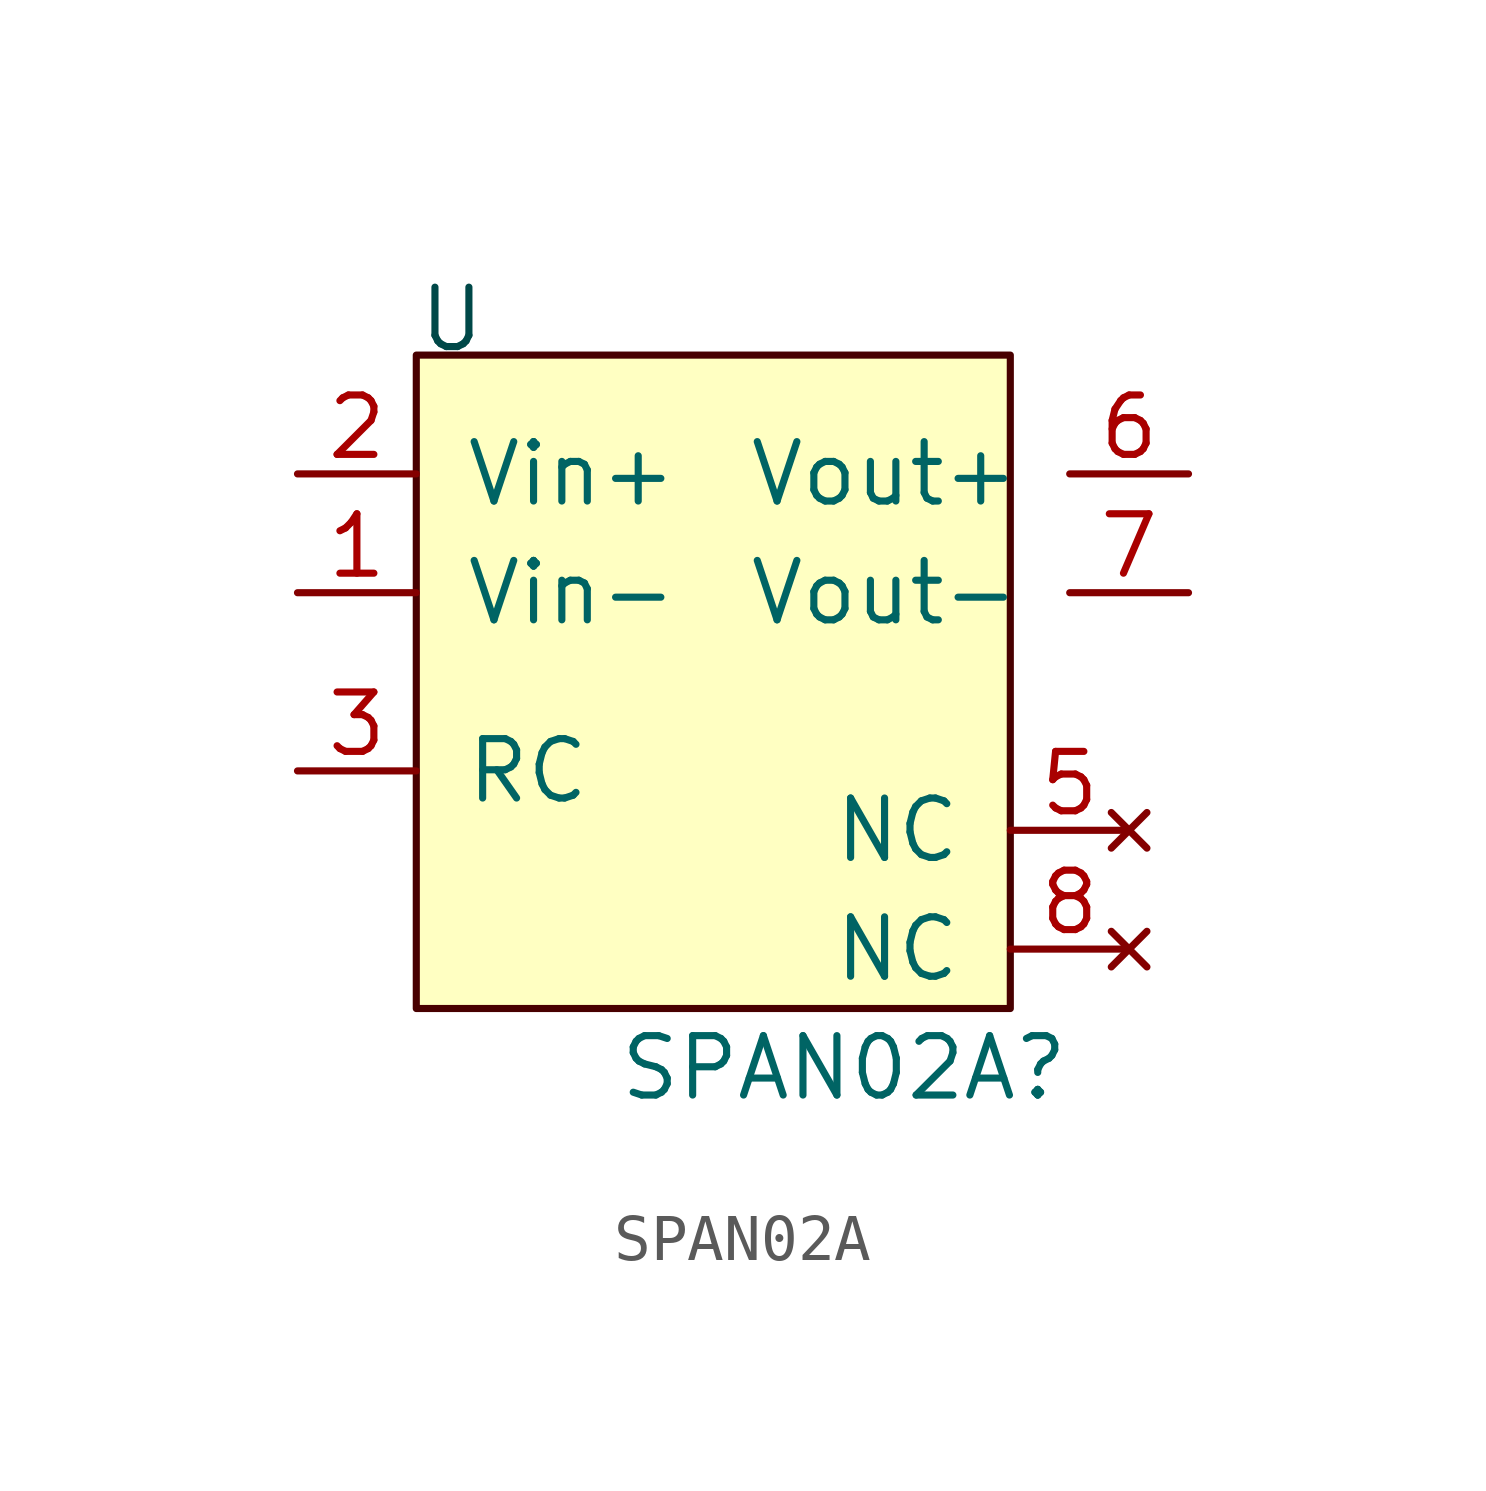
<source format=kicad_sym>
(kicad_symbol_lib
  (version 20231120)
  (generator "kicad_symbol_editor")
  (generator_version "8.0")
  (symbol "SPAN02A"
    (pin_names
      (offset 1.016))
    (property "Reference" "SPAN02A"
      (at 2.794 -12.7 0)
      (effects (font (size 1.27 1.27))))
    (property "Value" ""
      (at 0 0 0)
      (effects (font (size 1.27 1.27))))
    (symbol "SPAN02A_1_1"
      (rectangle (start -6.35 2.54) (end 6.35 -11.43) (stroke (width 0) (type default) (color 72 0 0 1)) (fill (type background)))
      (text "U" (at -5.588 3.302 0) (effects (font (size 1.27 1.27) (color 0 72 72 1))))
      (pin power_in line (at -8.89 -2.54 0) (length 2.54) (name "Vin-" (effects (font (size 1.27 1.27)))) (number "1" (effects (font (size 1.27 1.27)))))
      (pin power_in line (at -8.89 0 0) (length 2.54) (name "Vin+" (effects (font (size 1.27 1.27)))) (number "2" (effects (font (size 1.27 1.27)))))
      (pin passive line (at -8.89 -6.35 0) (length 2.54) (name "RC" (effects (font (size 1.27 1.27)))) (number "3" (effects (font (size 1.27 1.27)))))
      (pin no_connect line (at 8.89 -7.62 180) (length 2.54) (name "NC" (effects (font (size 1.27 1.27)))) (number "5" (effects (font (size 1.27 1.27)))))
      (pin power_out line (at 10.16 0 180) (length 2.54) (name "Vout+" (effects (font (size 1.27 1.27)))) (number "6" (effects (font (size 1.27 1.27)))))
      (pin power_out line (at 10.16 -2.54 180) (length 2.54) (name "Vout-" (effects (font (size 1.27 1.27)))) (number "7" (effects (font (size 1.27 1.27)))))
      (pin no_connect line (at 8.89 -10.16 180) (length 2.54) (name "NC" (effects (font (size 1.27 1.27)))) (number "8" (effects (font (size 1.27 1.27))))))))
</source>
